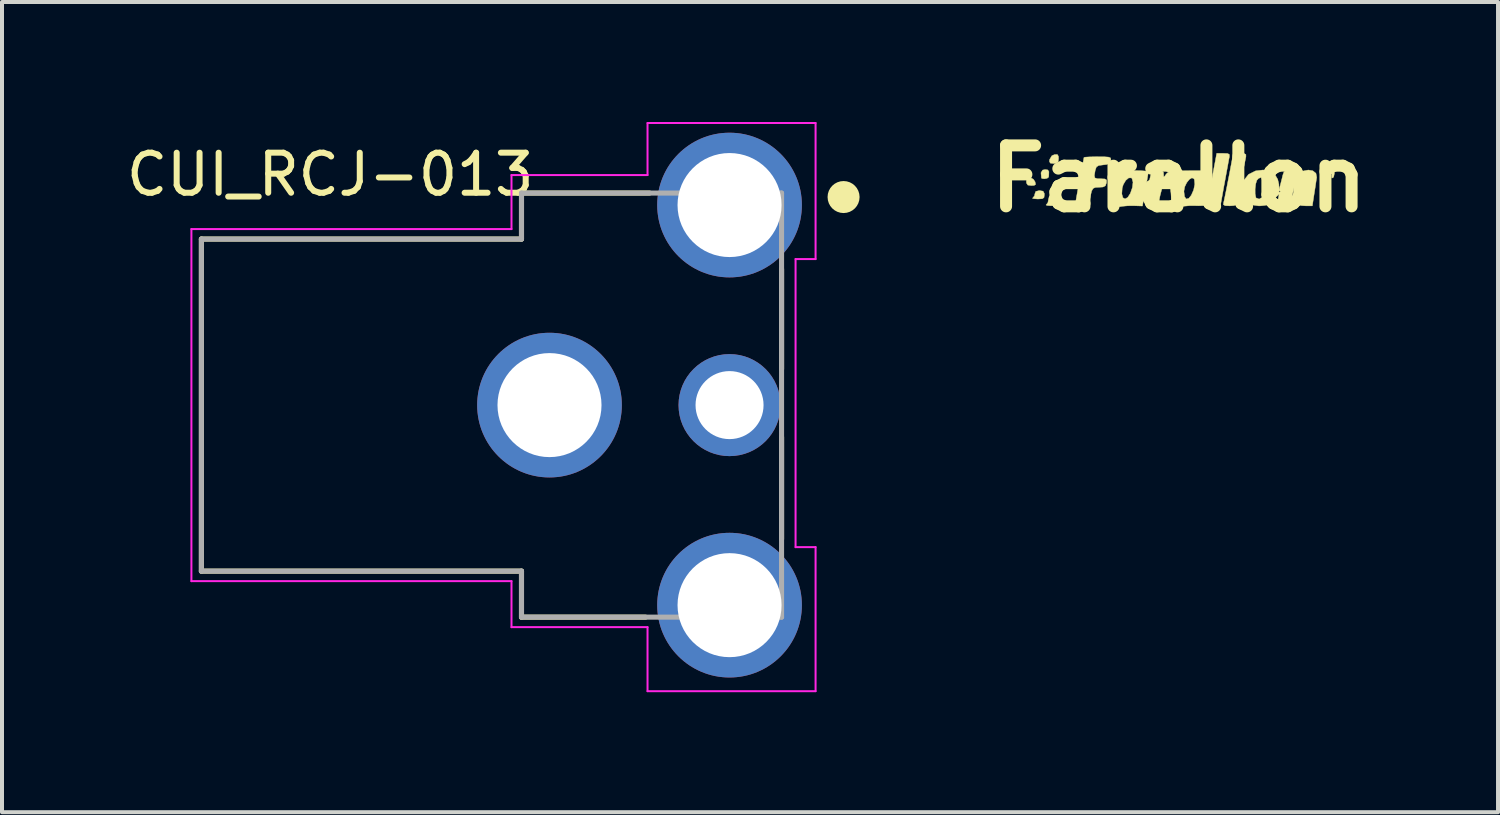
<source format=kicad_pcb>
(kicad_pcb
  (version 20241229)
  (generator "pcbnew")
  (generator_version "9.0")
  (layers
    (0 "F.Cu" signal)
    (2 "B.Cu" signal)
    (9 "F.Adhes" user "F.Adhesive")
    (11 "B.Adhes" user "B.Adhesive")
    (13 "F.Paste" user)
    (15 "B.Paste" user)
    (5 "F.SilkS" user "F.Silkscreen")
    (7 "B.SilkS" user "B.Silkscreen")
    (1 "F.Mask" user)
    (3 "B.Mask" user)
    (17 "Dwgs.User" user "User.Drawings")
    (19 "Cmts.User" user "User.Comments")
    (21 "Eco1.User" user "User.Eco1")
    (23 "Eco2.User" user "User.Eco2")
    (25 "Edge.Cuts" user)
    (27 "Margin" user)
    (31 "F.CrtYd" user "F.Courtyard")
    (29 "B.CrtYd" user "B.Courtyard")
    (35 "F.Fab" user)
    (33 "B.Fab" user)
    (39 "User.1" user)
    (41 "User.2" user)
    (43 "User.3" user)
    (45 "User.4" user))
  (footprint "Farallon"
    (layer "F.Cu")
    (at 26.413 1.418)
    (property "Reference" "Farallon" (at 0 0 0) (layer "F.SilkS") (effects (font (size 1.524 1.524) (thickness 0.3))))
    (attr through_hole)
    (fp_poly (pts (xy 3.676 -0.068) (xy 3.722 -0.025) (xy 3.713 -0.000412) (xy 3.707 0) (xy 3.671 -0.03) (xy 3.658 -0.049) (xy 3.653 -0.078) (xy 3.676 -0.068)) (stroke (width 0.01) (type solid)) (fill yes) (layer "F.SilkS"))
    (fp_poly (pts (xy 3.705 -0.288) (xy 3.693 -0.257) (xy 3.653 -0.236) (xy 3.604 -0.223) (xy 3.624 -0.254) (xy 3.629 -0.259) (xy 3.685 -0.293) (xy 3.705 -0.288)) (stroke (width 0.01) (type solid)) (fill yes) (layer "F.SilkS"))
    (fp_poly (pts (xy -3.719 -0.035) (xy -3.635 0.013) (xy -3.594 0.074) (xy -3.579 0.141) (xy -3.616 0.166) (xy -3.684 0.169) (xy -3.774 0.158) (xy -3.807 0.108) (xy -3.81 0.061) (xy -3.796 -0.019) (xy -3.741 -0.037) (xy -3.719 -0.035)) (stroke (width 0.01) (type solid)) (fill yes) (layer "F.SilkS"))
    (fp_poly (pts (xy -3.275 -0.221) (xy -3.247 -0.179) (xy -3.25 -0.081) (xy -3.254 -0.042) (xy -3.292 -0.012) (xy -3.363 0.001) (xy -3.423 -0.008) (xy -3.434 -0.021) (xy -3.445 -0.15) (xy -3.405 -0.217) (xy -3.343 -0.23) (xy -3.275 -0.221)) (stroke (width 0.01) (type solid)) (fill yes) (layer "F.SilkS"))
    (fp_poly (pts (xy -3.008 -0.559) (xy -3.006 -0.502) (xy -3.018 -0.415) (xy -3.072 -0.384) (xy -3.127 -0.381) (xy -3.212 -0.391) (xy -3.235 -0.435) (xy -3.228 -0.483) (xy -3.173 -0.576) (xy -3.107 -0.604) (xy -3.035 -0.606) (xy -3.008 -0.559)) (stroke (width 0.01) (type solid)) (fill yes) (layer "F.SilkS"))
    (fp_poly (pts (xy -2.924 0.074) (xy -2.921 0.133) (xy -2.929 0.212) (xy -2.968 0.245) (xy -3.065 0.251) (xy -3.08 0.251) (xy -3.167 0.244) (xy -3.193 0.231) (xy -3.186 0.226) (xy -3.14 0.171) (xy -3.133 0.128) (xy -3.095 0.059) (xy -3.027 0.032) (xy -2.951 0.028) (xy -2.924 0.074)) (stroke (width 0.01) (type solid)) (fill yes) (layer "F.SilkS"))
    (fp_poly (pts (xy -3.393 0.31) (xy -3.363 0.365) (xy -3.361 0.402) (xy -3.37 0.47) (xy -3.412 0.499) (xy -3.511 0.505) (xy -3.533 0.505) (xy -3.626 0.498) (xy -3.659 0.486) (xy -3.651 0.48) (xy -3.607 0.425) (xy -3.598 0.377) (xy -3.575 0.316) (xy -3.492 0.296) (xy -3.48 0.296) (xy -3.393 0.31)) (stroke (width 0.01) (type solid)) (fill yes) (layer "F.SilkS"))
    (fp_poly (pts (xy -3.078 0.437) (xy -3.051 0.495) (xy -3.048 0.55) (xy -3.055 0.633) (xy -3.093 0.668) (xy -3.187 0.674) (xy -3.207 0.674) (xy -3.294 0.667) (xy -3.32 0.654) (xy -3.313 0.649) (xy -3.272 0.595) (xy -3.26 0.526) (xy -3.241 0.448) (xy -3.17 0.424) (xy -3.154 0.423) (xy -3.078 0.437)) (stroke (width 0.01) (type solid)) (fill yes) (layer "F.SilkS"))
    (fp_poly (pts (xy 3.87 -0.232) (xy 3.889 -0.139) (xy 3.871 -0.051) (xy 3.855 -0.028) (xy 3.825 -0.017) (xy 3.821 -0.077) (xy 3.825 -0.107) (xy 3.831 -0.178) (xy 3.824 -0.184) (xy 3.823 -0.18) (xy 3.778 -0.136) (xy 3.718 -0.131) (xy 3.683 -0.166) (xy 3.683 -0.172) (xy 3.709 -0.197) (xy 3.725 -0.191) (xy 3.761 -0.201) (xy 3.768 -0.234) (xy 3.793 -0.285) (xy 3.821 -0.286) (xy 3.87 -0.232)) (stroke (width 0.01) (type solid)) (fill yes) (layer "F.SilkS"))
    (fp_poly (pts (xy 1.22 -0.631) (xy 1.263 -0.607) (xy 1.263 -0.546) (xy 1.257 -0.519) (xy 1.241 -0.433) (xy 1.214 -0.285) (xy 1.179 -0.094) (xy 1.14 0.12) (xy 1.136 0.138) (xy 1.039 0.677) (xy 0.879 0.677) (xy 0.772 0.666) (xy 0.721 0.635) (xy 0.72 0.628) (xy 0.727 0.571) (xy 0.748 0.447) (xy 0.778 0.272) (xy 0.817 0.062) (xy 0.833 -0.028) (xy 0.947 -0.635) (xy 1.114 -0.635) (xy 1.22 -0.631)) (stroke (width 0.01) (type solid)) (fill yes) (layer "F.SilkS"))
    (fp_poly (pts (xy -0.957 -0.202) (xy -0.833 -0.193) (xy -0.767 -0.181) (xy -0.761 -0.176) (xy -0.768 -0.125) (xy -0.787 -0.01) (xy -0.814 0.15) (xy -0.835 0.266) (xy -0.909 0.681) (xy -1.121 0.674) (xy -1.276 0.675) (xy -1.418 0.688) (xy -1.461 0.696) (xy -1.574 0.704) (xy -1.655 0.654) (xy -1.659 0.649) (xy -1.738 0.504) (xy -1.753 0.379) (xy -1.425 0.379) (xy -1.398 0.473) (xy -1.344 0.504) (xy -1.276 0.465) (xy -1.211 0.364) (xy -1.16 0.217) (xy -1.145 0.086) (xy -1.169 -0.005) (xy -1.188 -0.023) (xy -1.254 -0.021) (xy -1.327 0.041) (xy -1.388 0.144) (xy -1.415 0.23) (xy -1.425 0.379) (xy -1.753 0.379) (xy -1.76 0.324) (xy -1.729 0.137) (xy -1.647 -0.032) (xy -1.581 -0.108) (xy -1.519 -0.157) (xy -1.446 -0.186) (xy -1.342 -0.201) (xy -1.182 -0.205) (xy -1.119 -0.205) (xy -0.957 -0.202)) (stroke (width 0.01) (type solid)) (fill yes) (layer "F.SilkS"))
    (fp_poly (pts (xy -1.86 -0.549) (xy -1.76 -0.542) (xy -1.711 -0.525) (xy -1.698 -0.493) (xy -1.701 -0.455) (xy -1.725 -0.392) (xy -1.79 -0.36) (xy -1.89 -0.347) (xy -2.003 -0.332) (xy -2.06 -0.295) (xy -2.088 -0.218) (xy -2.091 -0.204) (xy -2.111 -0.083) (xy -2.099 -0.023) (xy -2.039 -0.002) (xy -1.953 0) (xy -1.848 0.005) (xy -1.807 0.03) (xy -1.807 0.091) (xy -1.81 0.106) (xy -1.836 0.176) (xy -1.896 0.206) (xy -1.992 0.212) (xy -2.084 0.216) (xy -2.142 0.241) (xy -2.179 0.305) (xy -2.208 0.425) (xy -2.225 0.519) (xy -2.25 0.622) (xy -2.293 0.666) (xy -2.385 0.677) (xy -2.418 0.677) (xy -2.538 0.664) (xy -2.582 0.625) (xy -2.582 0.622) (xy -2.575 0.561) (xy -2.553 0.435) (xy -2.522 0.261) (xy -2.483 0.057) (xy -2.477 0.025) (xy -2.437 -0.178) (xy -2.404 -0.349) (xy -2.381 -0.472) (xy -2.371 -0.531) (xy -2.371 -0.533) (xy -2.332 -0.541) (xy -2.228 -0.547) (xy -2.079 -0.55) (xy -2.029 -0.55) (xy -1.86 -0.549)) (stroke (width 0.01) (type solid)) (fill yes) (layer "F.SilkS"))
    (fp_poly (pts (xy -0.427 -0.203) (xy -0.386 -0.165) (xy -0.381 -0.118) (xy -0.378 -0.052) (xy -0.357 -0.059) (xy -0.32 -0.111) (xy -0.288 -0.147) (xy -0.241 -0.172) (xy -0.164 -0.187) (xy -0.043 -0.196) (xy 0.14 -0.2) (xy 0.273 -0.202) (xy 0.474 -0.202) (xy 0.64 -0.201) (xy 0.755 -0.198) (xy 0.804 -0.193) (xy 0.804 -0.192) (xy 0.796 -0.148) (xy 0.775 -0.039) (xy 0.743 0.116) (xy 0.72 0.233) (xy 0.684 0.409) (xy 0.656 0.551) (xy 0.638 0.641) (xy 0.635 0.663) (xy 0.597 0.672) (xy 0.499 0.675) (xy 0.413 0.673) (xy 0.262 0.673) (xy 0.131 0.685) (xy 0.085 0.694) (xy -0.048 0.692) (xy -0.106 0.662) (xy -0.158 0.602) (xy -0.186 0.506) (xy -0.197 0.354) (xy -0.202 0.313) (xy 0.127 0.313) (xy 0.143 0.446) (xy 0.186 0.506) (xy 0.249 0.489) (xy 0.311 0.413) (xy 0.37 0.28) (xy 0.399 0.14) (xy 0.39 0.026) (xy 0.377 -0.002) (xy 0.327 -0.023) (xy 0.262 0.016) (xy 0.197 0.098) (xy 0.147 0.202) (xy 0.127 0.312) (xy 0.127 0.313) (xy -0.202 0.313) (xy -0.217 0.188) (xy -0.257 0.099) (xy -0.312 0.084) (xy -0.372 0.143) (xy -0.43 0.273) (xy -0.47 0.427) (xy -0.519 0.677) (xy -0.687 0.677) (xy -0.794 0.673) (xy -0.837 0.649) (xy -0.836 0.594) (xy -0.833 0.582) (xy -0.814 0.491) (xy -0.787 0.349) (xy -0.763 0.212) (xy -0.729 0.021) (xy -0.701 -0.102) (xy -0.67 -0.171) (xy -0.628 -0.203) (xy -0.567 -0.211) (xy -0.526 -0.212) (xy -0.427 -0.203)) (stroke (width 0.01) (type solid)) (fill yes) (layer "F.SilkS"))
    (fp_poly (pts (xy 1.633 -0.63) (xy 1.677 -0.607) (xy 1.677 -0.552) (xy 1.675 -0.54) (xy 1.619 -0.264) (xy 1.584 -0.068) (xy 1.568 0.054) (xy 1.573 0.104) (xy 1.598 0.086) (xy 1.62 0.046) (xy 1.743 -0.109) (xy 1.918 -0.197) (xy 2.102 -0.219) (xy 2.245 -0.206) (xy 2.34 -0.165) (xy 2.402 -0.105) (xy 2.472 0.015) (xy 2.501 0.14) (xy 2.505 0.275) (xy 2.539 0.148) (xy 2.574 0.012) (xy 2.6 -0.095) (xy 2.628 -0.171) (xy 2.683 -0.204) (xy 2.793 -0.212) (xy 2.9 -0.206) (xy 2.939 -0.183) (xy 2.933 -0.138) (xy 2.921 -0.088) (xy 2.955 -0.104) (xy 2.972 -0.118) (xy 3.104 -0.193) (xy 3.236 -0.219) (xy 3.35 -0.199) (xy 3.427 -0.137) (xy 3.446 -0.037) (xy 3.446 -0.033) (xy 3.432 0.056) (xy 3.411 0.199) (xy 3.385 0.365) (xy 3.384 0.37) (xy 3.337 0.677) (xy 3.171 0.677) (xy 3.067 0.67) (xy 3.011 0.652) (xy 3.007 0.646) (xy 3.016 0.591) (xy 3.038 0.478) (xy 3.067 0.34) (xy 3.1 0.171) (xy 3.107 0.068) (xy 3.087 0.016) (xy 3.038 0.000293) (xy 3.026 0) (xy 2.968 0.023) (xy 2.918 0.1) (xy 2.873 0.24) (xy 2.835 0.413) (xy 2.783 0.677) (xy 2.451 0.677) (xy 2.479 0.529) (xy 2.507 0.38) (xy 2.359 0.529) (xy 2.256 0.62) (xy 2.163 0.664) (xy 2.037 0.677) (xy 1.992 0.677) (xy 1.793 0.648) (xy 1.653 0.562) (xy 1.576 0.425) (xy 1.562 0.33) (xy 1.56 0.255) (xy 1.907 0.255) (xy 1.908 0.378) (xy 1.924 0.464) (xy 1.933 0.48) (xy 2.008 0.508) (xy 2.081 0.464) (xy 2.118 0.399) (xy 2.137 0.318) (xy 2.498 0.318) (xy 2.519 0.339) (xy 2.54 0.318) (xy 2.519 0.296) (xy 2.498 0.318) (xy 2.137 0.318) (xy 2.145 0.283) (xy 2.159 0.142) (xy 2.159 0.124) (xy 2.152 0.014) (xy 2.122 -0.034) (xy 2.076 -0.042) (xy 1.99 -0.008) (xy 1.949 0.04) (xy 1.921 0.131) (xy 1.907 0.255) (xy 1.56 0.255) (xy 1.558 0.191) (xy 1.522 0.318) (xy 1.486 0.453) (xy 1.462 0.561) (xy 1.436 0.636) (xy 1.383 0.67) (xy 1.276 0.677) (xy 1.266 0.677) (xy 1.158 0.672) (xy 1.115 0.648) (xy 1.118 0.603) (xy 1.132 0.544) (xy 1.157 0.422) (xy 1.191 0.256) (xy 1.228 0.064) (xy 1.267 -0.134) (xy 1.302 -0.32) (xy 1.331 -0.475) (xy 1.349 -0.582) (xy 1.355 -0.619) (xy 1.392 -0.629) (xy 1.486 -0.635) (xy 1.525 -0.635) (xy 1.633 -0.63)) (stroke (width 0.01) (type solid)) (fill yes) (layer "F.SilkS")))
  (footprint "CUI_RCJ-013"
    (layer "F.Cu")
    (at 9.234 7.075)
    (property "Reference" "CUI_RCJ-013" (at -4.031 -5.763 0) (layer "F.SilkS") (effects (font (size 1.001 1.001) (thickness 0.15))))
    (attr through_hole)
    (fp_line (start -7.25 -4.15) (end -7.25 4.15) (stroke (width 0.127) (type solid)) (layer "F.SilkS"))
    (fp_line (start -7.25 4.15) (end 0.75 4.15) (stroke (width 0.127) (type solid)) (layer "F.SilkS"))
    (fp_line (start 0.75 -5.3) (end 0.75 -4.15) (stroke (width 0.127) (type solid)) (layer "F.SilkS"))
    (fp_line (start 0.75 -4.15) (end -7.25 -4.15) (stroke (width 0.127) (type solid)) (layer "F.SilkS"))
    (fp_line (start 0.75 4.15) (end 0.75 5.3) (stroke (width 0.127) (type solid)) (layer "F.SilkS"))
    (fp_line (start 0.75 5.3) (end 3.85 5.3) (stroke (width 0.127) (type solid)) (layer "F.SilkS"))
    (fp_line (start 3.95 -5.3) (end 0.75 -5.3) (stroke (width 0.127) (type solid)) (layer "F.SilkS"))
    (fp_line (start 7.25 -0.9) (end 7.25 -3.4) (stroke (width 0.127) (type solid)) (layer "F.SilkS"))
    (fp_line (start 7.25 3.35) (end 7.25 0.8) (stroke (width 0.127) (type solid)) (layer "F.SilkS"))
    (fp_circle (center 8.8 -5.2) (end 9 -5.2) (stroke (width 0.4) (type solid)) (fill no) (layer "F.SilkS"))
    (fp_line (start -7.5 -4.4) (end -7.5 4.4) (stroke (width 0.05) (type solid)) (layer "F.CrtYd"))
    (fp_line (start -7.5 4.4) (end 0.5 4.4) (stroke (width 0.05) (type solid)) (layer "F.CrtYd"))
    (fp_line (start 0.5 -5.75) (end 0.5 -4.4) (stroke (width 0.05) (type solid)) (layer "F.CrtYd"))
    (fp_line (start 0.5 -4.4) (end -7.5 -4.4) (stroke (width 0.05) (type solid)) (layer "F.CrtYd"))
    (fp_line (start 0.5 4.4) (end 0.5 5.55) (stroke (width 0.05) (type solid)) (layer "F.CrtYd"))
    (fp_line (start 0.5 5.55) (end 3.9 5.55) (stroke (width 0.05) (type solid)) (layer "F.CrtYd"))
    (fp_line (start 3.9 -7.05) (end 8.1 -7.05) (stroke (width 0.05) (type solid)) (layer "F.CrtYd"))
    (fp_line (start 3.9 -5.75) (end 0.5 -5.75) (stroke (width 0.05) (type solid)) (layer "F.CrtYd"))
    (fp_line (start 3.9 -5.75) (end 3.9 -7.05) (stroke (width 0.05) (type solid)) (layer "F.CrtYd"))
    (fp_line (start 3.9 7.15) (end 3.9 5.55) (stroke (width 0.05) (type solid)) (layer "F.CrtYd"))
    (fp_line (start 7.6 -3.65) (end 7.6 3.55) (stroke (width 0.05) (type solid)) (layer "F.CrtYd"))
    (fp_line (start 7.6 3.55) (end 8.1 3.55) (stroke (width 0.05) (type solid)) (layer "F.CrtYd"))
    (fp_line (start 8.1 -7.05) (end 8.1 -3.65) (stroke (width 0.05) (type solid)) (layer "F.CrtYd"))
    (fp_line (start 8.1 -3.65) (end 7.6 -3.65) (stroke (width 0.05) (type solid)) (layer "F.CrtYd"))
    (fp_line (start 8.1 7.15) (end 3.9 7.15) (stroke (width 0.05) (type solid)) (layer "F.CrtYd"))
    (fp_line (start 8.1 7.15) (end 8.1 3.55) (stroke (width 0.05) (type solid)) (layer "F.CrtYd"))
    (fp_line (start -7.25 -4.15) (end -7.25 4.15) (stroke (width 0.127) (type solid)) (layer "F.Fab"))
    (fp_line (start -7.25 4.15) (end 0.75 4.15) (stroke (width 0.127) (type solid)) (layer "F.Fab"))
    (fp_line (start 0.75 -5.3) (end 0.75 -4.15) (stroke (width 0.127) (type solid)) (layer "F.Fab"))
    (fp_line (start 0.75 -4.15) (end -7.25 -4.15) (stroke (width 0.127) (type solid)) (layer "F.Fab"))
    (fp_line (start 0.75 4.15) (end 0.75 5.3) (stroke (width 0.127) (type solid)) (layer "F.Fab"))
    (fp_line (start 0.75 5.3) (end 7.25 5.3) (stroke (width 0.127) (type solid)) (layer "F.Fab"))
    (fp_line (start 7.25 -5.3) (end 0.75 -5.3) (stroke (width 0.127) (type solid)) (layer "F.Fab"))
    (fp_line (start 7.25 5.3) (end 7.25 -5.3) (stroke (width 0.127) (type solid)) (layer "F.Fab"))
    (pad "1A" thru_hole circle (at 5.95 -5) (size 3.616 3.616) (drill 2.6) (layers "*.Cu" "*.Mask"))
    (pad "1B" thru_hole circle (at 5.95 5) (size 3.616 3.616) (drill 2.6) (layers "*.Cu" "*.Mask"))
    (pad "1C" thru_hole circle (at 1.45 0) (size 3.616 3.616) (drill 2.6) (layers "*.Cu" "*.Mask"))
    (pad "2" thru_hole circle (at 5.95 0) (size 2.55 2.55) (drill 1.7) (layers "*.Cu" "*.Mask")))
  (gr_rect
    (start -3 -3)
    (end 34.391 17.25)
    (stroke (width 0.1) (type default))
    (fill no)
    (layer "Edge.Cuts")))
</source>
